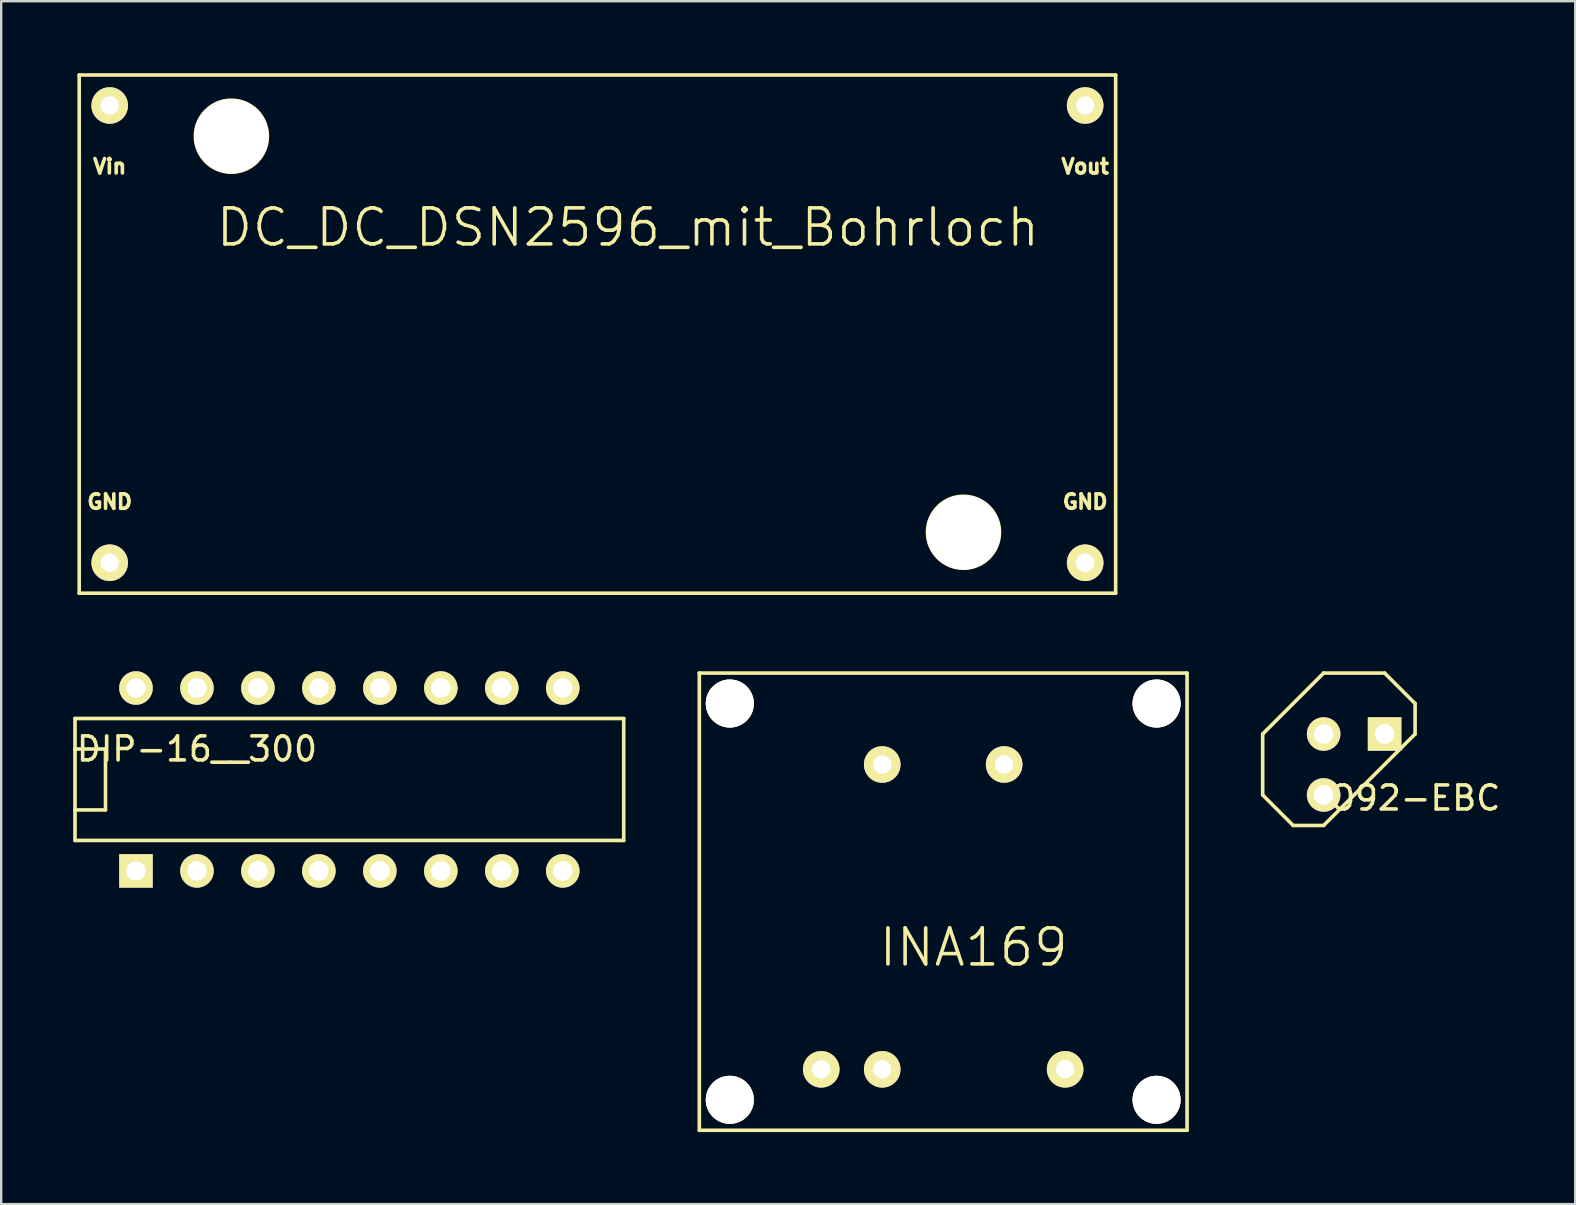
<source format=kicad_pcb>
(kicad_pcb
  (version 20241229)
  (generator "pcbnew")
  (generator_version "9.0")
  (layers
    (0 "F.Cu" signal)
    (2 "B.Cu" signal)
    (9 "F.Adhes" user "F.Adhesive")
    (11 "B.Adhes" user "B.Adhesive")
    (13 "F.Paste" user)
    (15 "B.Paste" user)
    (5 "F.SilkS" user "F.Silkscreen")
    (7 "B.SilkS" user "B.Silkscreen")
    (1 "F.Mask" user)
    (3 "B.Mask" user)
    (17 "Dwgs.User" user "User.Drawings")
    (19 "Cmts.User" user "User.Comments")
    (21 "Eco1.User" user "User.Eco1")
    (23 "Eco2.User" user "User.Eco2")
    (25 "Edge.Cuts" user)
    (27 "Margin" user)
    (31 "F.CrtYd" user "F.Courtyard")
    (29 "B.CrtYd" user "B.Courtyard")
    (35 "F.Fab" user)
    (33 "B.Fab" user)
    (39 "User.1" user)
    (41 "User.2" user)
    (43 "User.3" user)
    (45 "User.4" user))
  (footprint "DC_DC_DSN2596_mit_Bohrloch"
    (layer "F.Cu")
    (at 0.25 21.665)
    (property "Reference" "DC_DC_DSN2596_mit_Bohrloch" (at 22.86 -15.24 0) (layer "F.SilkS") (effects (font (size 1.5 1.5) (thickness 0.15))))
    (attr through_hole)
    (fp_line (start 0 -21.59) (end 43.18 -21.59) (stroke (width 0.15) (type solid)) (layer "F.SilkS"))
    (fp_line (start 0 0) (end 0 -21.59) (stroke (width 0.15) (type solid)) (layer "F.SilkS"))
    (fp_line (start 43.18 -21.59) (end 43.18 0) (stroke (width 0.15) (type solid)) (layer "F.SilkS"))
    (fp_line (start 43.18 0) (end 0 0) (stroke (width 0.15) (type solid)) (layer "F.SilkS"))
    (fp_circle (center 6.34 -19.04) (end 4.84 -19.04) (stroke (width 0.15) (type solid)) (fill no) (layer "F.SilkS"))
    (fp_circle (center 36.84 -2.54) (end 35.34 -2.54) (stroke (width 0.15) (type solid)) (fill no) (layer "F.SilkS"))
    (fp_text user "Vout" (at 41.91 -17.78 0) (layer "F.SilkS") (effects (font (size 0.6 0.6) (thickness 0.15))))
    (fp_text user "GND" (at 1.27 -3.81 0) (layer "F.SilkS") (effects (font (size 0.6 0.6) (thickness 0.15))))
    (fp_text user "Vin" (at 1.27 -17.78 0) (layer "F.SilkS") (effects (font (size 0.6 0.6) (thickness 0.15))))
    (fp_text user "GND" (at 41.91 -3.81 0) (layer "F.SilkS") (effects (font (size 0.6 0.6) (thickness 0.15))))
    (pad "1" thru_hole circle (at 41.91 -1.27) (size 1.524 1.524) (drill 0.762) (layers "*.Cu" "*.Mask" "F.SilkS"))
    (pad "2" thru_hole circle (at 41.91 -20.32) (size 1.524 1.524) (drill 0.762) (layers "*.Cu" "*.Mask" "F.SilkS"))
    (pad "3" thru_hole circle (at 1.27 -20.32) (size 1.524 1.524) (drill 0.762) (layers "*.Cu" "*.Mask" "F.SilkS"))
    (pad "4" thru_hole circle (at 1.27 -1.27) (size 1.524 1.524) (drill 0.762) (layers "*.Cu" "*.Mask" "F.SilkS"))
    (pad "~" thru_hole circle (at 6.34 -19.04) (size 3.1 3.1) (drill 3.1) (layers "*.Cu" "*.Mask" "F.SilkS"))
    (pad "~" thru_hole circle (at 36.84 -2.54) (size 3.1 3.1) (drill 3.1) (layers "*.Cu" "*.Mask" "F.SilkS")))
  (footprint "INA169"
    (layer "F.Cu")
    (at 36.245 33.88)
    (property "Reference" "INA169" (at 1.27 2.54 0) (layer "F.SilkS") (effects (font (size 1.5 1.5) (thickness 0.15))))
    (attr through_hole)
    (fp_line (start -10.16 -8.89) (end -10.16 10.16) (stroke (width 0.15) (type solid)) (layer "F.SilkS"))
    (fp_line (start -10.16 10.16) (end 10.16 10.16) (stroke (width 0.15) (type solid)) (layer "F.SilkS"))
    (fp_line (start 10.16 -8.89) (end -10.16 -8.89) (stroke (width 0.15) (type solid)) (layer "F.SilkS"))
    (fp_line (start 10.16 10.16) (end 10.16 -8.89) (stroke (width 0.15) (type solid)) (layer "F.SilkS"))
    (pad "" thru_hole circle (at -8.89 -7.62) (size 2 2) (drill 2) (layers "*.Cu" "*.Mask" "F.SilkS"))
    (pad "" thru_hole circle (at -8.89 8.89) (size 2 2) (drill 2) (layers "*.Cu" "*.Mask" "F.SilkS"))
    (pad "" thru_hole circle (at 8.89 -7.62) (size 2 2) (drill 2) (layers "*.Cu" "*.Mask" "F.SilkS"))
    (pad "" thru_hole circle (at 8.89 8.89) (size 2 2) (drill 2) (layers "*.Cu" "*.Mask" "F.SilkS"))
    (pad "1" thru_hole circle (at -5.08 7.62) (size 1.524 1.524) (drill 0.762) (layers "*.Cu" "*.Mask" "F.SilkS"))
    (pad "2" thru_hole circle (at -2.54 7.62) (size 1.524 1.524) (drill 0.762) (layers "*.Cu" "*.Mask" "F.SilkS"))
    (pad "3" thru_hole circle (at 5.08 7.62) (size 1.524 1.524) (drill 0.762) (layers "*.Cu" "*.Mask" "F.SilkS"))
    (pad "4" thru_hole circle (at 2.54 -5.08) (size 1.524 1.524) (drill 0.762) (layers "*.Cu" "*.Mask" "F.SilkS"))
    (pad "5" thru_hole circle (at -2.54 -5.08) (size 1.524 1.524) (drill 0.762) (layers "*.Cu" "*.Mask" "F.SilkS")))
  (footprint "TO92-EBC"
    (layer "F.Cu")
    (at 53.365 28.8)
    (property "Reference" "TO92-EBC" (at 2.159 1.397 0) (layer "F.SilkS") (effects (font (size 1 1) (thickness 0.15))))
    (attr through_hole)
    (fp_line (start -3.81 -1.27) (end -3.81 1.27) (stroke (width 0.15) (type solid)) (layer "F.SilkS"))
    (fp_line (start -3.81 1.27) (end -2.54 2.54) (stroke (width 0.15) (type solid)) (layer "F.SilkS"))
    (fp_line (start -2.54 2.54) (end -1.27 2.54) (stroke (width 0.15) (type solid)) (layer "F.SilkS"))
    (fp_line (start -1.27 -3.81) (end -3.81 -1.27) (stroke (width 0.15) (type solid)) (layer "F.SilkS"))
    (fp_line (start -1.27 2.54) (end 2.54 -1.27) (stroke (width 0.15) (type solid)) (layer "F.SilkS"))
    (fp_line (start 1.27 -3.81) (end -1.27 -3.81) (stroke (width 0.15) (type solid)) (layer "F.SilkS"))
    (fp_line (start 2.54 -2.54) (end 1.27 -3.81) (stroke (width 0.15) (type solid)) (layer "F.SilkS"))
    (fp_line (start 2.54 -1.27) (end 2.54 -2.54) (stroke (width 0.15) (type solid)) (layer "F.SilkS"))
    (pad "B" thru_hole circle (at -1.27 -1.27) (size 1.397 1.397) (drill 0.813) (layers "*.Cu" "*.Mask" "F.SilkS"))
    (pad "C" thru_hole circle (at -1.27 1.27) (size 1.397 1.397) (drill 0.813) (layers "*.Cu" "*.Mask" "F.SilkS"))
    (pad "E" thru_hole rect (at 1.27 -1.27) (size 1.397 1.397) (drill 0.813) (layers "*.Cu" "*.Mask" "F.SilkS")))
  (footprint "DIP-16__300"
    (layer "F.Cu")
    (at 11.505 29.424)
    (property "Reference" "DIP-16__300" (at -6.35 -1.27 0) (layer "F.SilkS") (effects (font (size 1 1) (thickness 0.15))))
    (attr through_hole)
    (fp_line (start -11.43 -2.54) (end 11.43 -2.54) (stroke (width 0.15) (type solid)) (layer "F.SilkS"))
    (fp_line (start -11.43 -1.27) (end -11.43 -1.27) (stroke (width 0.15) (type solid)) (layer "F.SilkS"))
    (fp_line (start -11.43 -1.27) (end -10.16 -1.27) (stroke (width 0.15) (type solid)) (layer "F.SilkS"))
    (fp_line (start -11.43 2.54) (end -11.43 -2.54) (stroke (width 0.15) (type solid)) (layer "F.SilkS"))
    (fp_line (start -10.16 -1.27) (end -10.16 1.27) (stroke (width 0.15) (type solid)) (layer "F.SilkS"))
    (fp_line (start -10.16 1.27) (end -11.43 1.27) (stroke (width 0.15) (type solid)) (layer "F.SilkS"))
    (fp_line (start 11.43 -2.54) (end 11.43 2.54) (stroke (width 0.15) (type solid)) (layer "F.SilkS"))
    (fp_line (start 11.43 2.54) (end -11.43 2.54) (stroke (width 0.15) (type solid)) (layer "F.SilkS"))
    (pad "1" thru_hole rect (at -8.89 3.81) (size 1.397 1.397) (drill 0.813) (layers "*.Cu" "*.Mask" "F.SilkS"))
    (pad "2" thru_hole circle (at -6.35 3.81) (size 1.397 1.397) (drill 0.813) (layers "*.Cu" "*.Mask" "F.SilkS"))
    (pad "3" thru_hole circle (at -3.81 3.81) (size 1.397 1.397) (drill 0.813) (layers "*.Cu" "*.Mask" "F.SilkS"))
    (pad "4" thru_hole circle (at -1.27 3.81) (size 1.397 1.397) (drill 0.813) (layers "*.Cu" "*.Mask" "F.SilkS"))
    (pad "5" thru_hole circle (at 1.27 3.81) (size 1.397 1.397) (drill 0.813) (layers "*.Cu" "*.Mask" "F.SilkS"))
    (pad "6" thru_hole circle (at 3.81 3.81) (size 1.397 1.397) (drill 0.813) (layers "*.Cu" "*.Mask" "F.SilkS"))
    (pad "7" thru_hole circle (at 6.35 3.81) (size 1.397 1.397) (drill 0.813) (layers "*.Cu" "*.Mask" "F.SilkS"))
    (pad "8" thru_hole circle (at 8.89 3.81) (size 1.397 1.397) (drill 0.813) (layers "*.Cu" "*.Mask" "F.SilkS"))
    (pad "9" thru_hole circle (at 8.89 -3.81) (size 1.397 1.397) (drill 0.813) (layers "*.Cu" "*.Mask" "F.SilkS"))
    (pad "10" thru_hole circle (at 6.35 -3.81) (size 1.397 1.397) (drill 0.813) (layers "*.Cu" "*.Mask" "F.SilkS"))
    (pad "11" thru_hole circle (at 3.81 -3.81) (size 1.397 1.397) (drill 0.813) (layers "*.Cu" "*.Mask" "F.SilkS"))
    (pad "12" thru_hole circle (at 1.27 -3.81) (size 1.397 1.397) (drill 0.813) (layers "*.Cu" "*.Mask" "F.SilkS"))
    (pad "13" thru_hole circle (at -1.27 -3.81) (size 1.397 1.397) (drill 0.813) (layers "*.Cu" "*.Mask" "F.SilkS"))
    (pad "14" thru_hole circle (at -3.81 -3.81) (size 1.397 1.397) (drill 0.813) (layers "*.Cu" "*.Mask" "F.SilkS"))
    (pad "15" thru_hole circle (at -6.35 -3.81) (size 1.397 1.397) (drill 0.813) (layers "*.Cu" "*.Mask" "F.SilkS"))
    (pad "16" thru_hole circle (at -8.89 -3.81) (size 1.397 1.397) (drill 0.813) (layers "*.Cu" "*.Mask" "F.SilkS")))
  (gr_rect
    (start -3 -3)
    (end 62.578 47.115)
    (stroke (width 0.1) (type default))
    (fill no)
    (layer "Edge.Cuts")))
</source>
